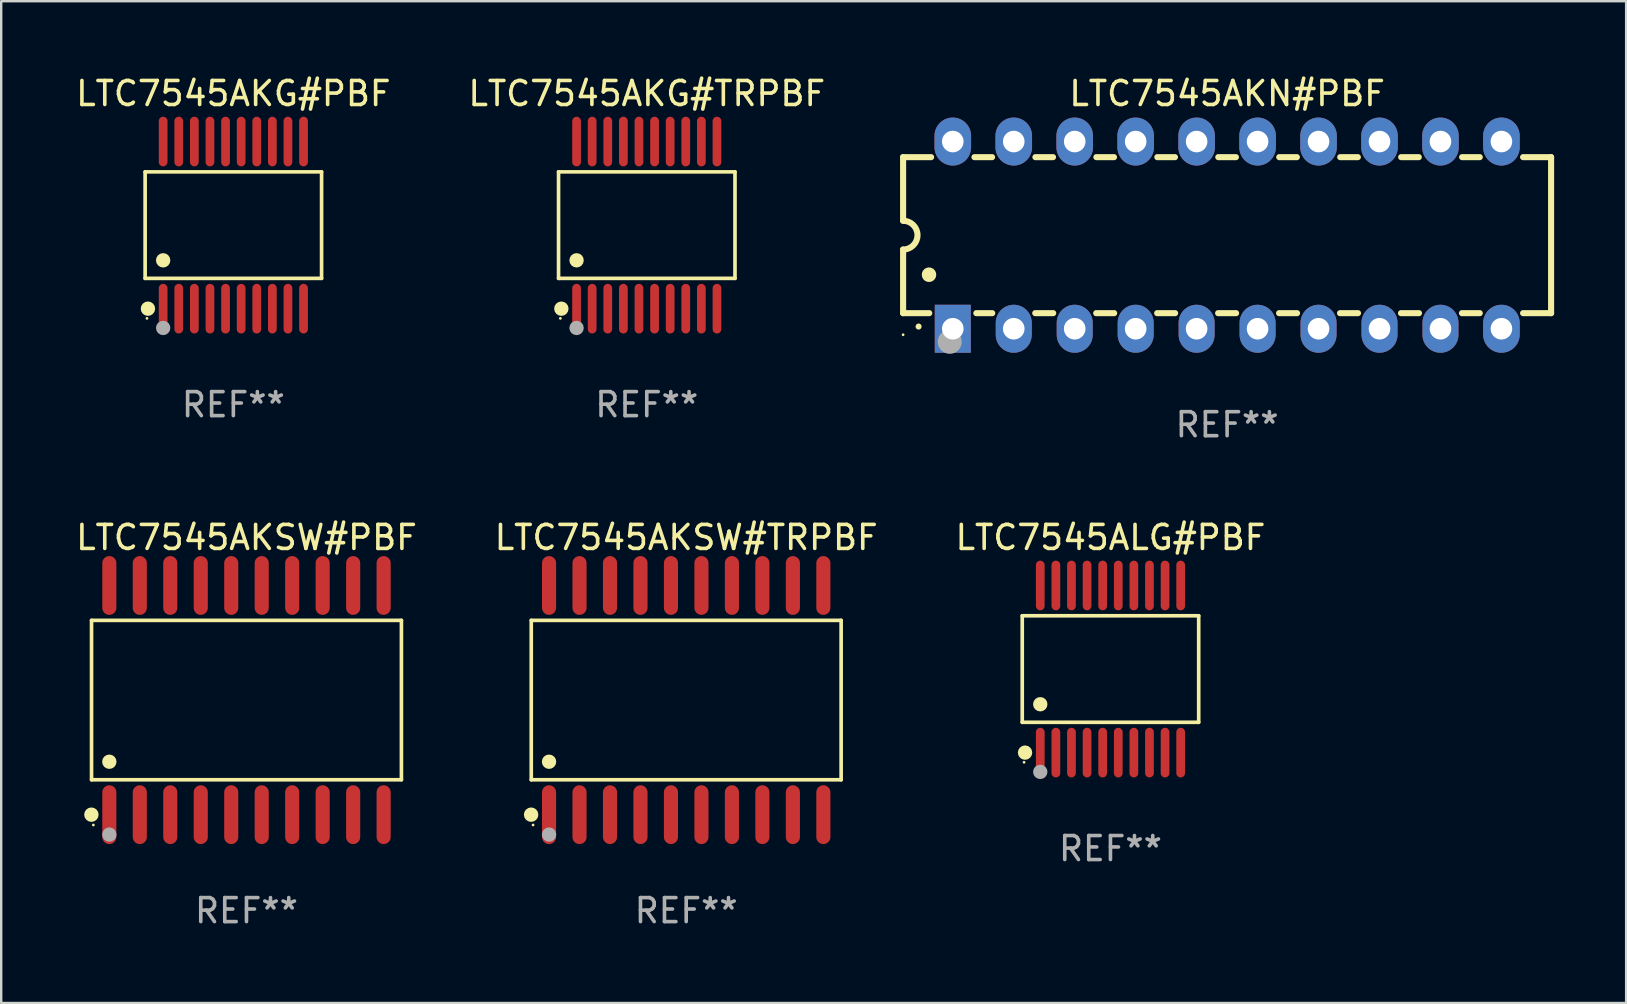
<source format=kicad_pcb>
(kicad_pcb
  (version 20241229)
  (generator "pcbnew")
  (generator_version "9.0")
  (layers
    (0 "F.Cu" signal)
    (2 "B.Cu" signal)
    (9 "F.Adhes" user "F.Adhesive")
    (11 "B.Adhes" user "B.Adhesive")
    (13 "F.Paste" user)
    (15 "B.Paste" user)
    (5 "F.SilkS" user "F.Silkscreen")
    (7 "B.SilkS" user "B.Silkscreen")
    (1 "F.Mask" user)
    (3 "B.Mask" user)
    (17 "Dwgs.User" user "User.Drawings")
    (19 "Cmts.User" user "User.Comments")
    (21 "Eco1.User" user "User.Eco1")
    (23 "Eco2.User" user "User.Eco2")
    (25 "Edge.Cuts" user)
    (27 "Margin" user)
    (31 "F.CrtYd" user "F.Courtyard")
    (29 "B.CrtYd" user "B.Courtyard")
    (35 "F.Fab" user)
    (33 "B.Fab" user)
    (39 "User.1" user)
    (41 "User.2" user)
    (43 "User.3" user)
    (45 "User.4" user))
  (footprint "LTC7545AKN#PBF"
    (layer "F.Cu")
    (at 48.08 6.748)
    (property "Reference" "LTC7545AKN#PBF" (at 0 -5.9 0) (layer "F.SilkS") (effects (font (size 1 1) (thickness 0.15))))
    (attr through_hole)
    (fp_line (start -13.5 -3.25) (end -12.333 -3.25) (stroke (width 0.254) (type solid)) (layer "F.SilkS"))
    (fp_line (start -13.5 -0.6) (end -13.5 -3.25) (stroke (width 0.254) (type solid)) (layer "F.SilkS"))
    (fp_line (start -13.5 3.25) (end -13.5 0.6) (stroke (width 0.254) (type solid)) (layer "F.SilkS"))
    (fp_line (start -13.5 3.25) (end -12.411 3.25) (stroke (width 0.254) (type solid)) (layer "F.SilkS"))
    (fp_line (start -10.527 -3.25) (end -9.793 -3.25) (stroke (width 0.254) (type solid)) (layer "F.SilkS"))
    (fp_line (start -10.449 3.25) (end -9.786 3.25) (stroke (width 0.254) (type solid)) (layer "F.SilkS"))
    (fp_line (start -7.994 3.25) (end -7.246 3.25) (stroke (width 0.254) (type solid)) (layer "F.SilkS"))
    (fp_line (start -7.987 -3.25) (end -7.253 -3.25) (stroke (width 0.254) (type solid)) (layer "F.SilkS"))
    (fp_line (start -5.454 3.25) (end -4.706 3.25) (stroke (width 0.254) (type solid)) (layer "F.SilkS"))
    (fp_line (start -5.447 -3.25) (end -4.713 -3.25) (stroke (width 0.254) (type solid)) (layer "F.SilkS"))
    (fp_line (start -2.914 3.25) (end -2.166 3.25) (stroke (width 0.254) (type solid)) (layer "F.SilkS"))
    (fp_line (start -2.907 -3.25) (end -2.173 -3.25) (stroke (width 0.254) (type solid)) (layer "F.SilkS"))
    (fp_line (start -0.374 3.25) (end 0.374 3.25) (stroke (width 0.254) (type solid)) (layer "F.SilkS"))
    (fp_line (start -0.367 -3.25) (end 0.367 -3.25) (stroke (width 0.254) (type solid)) (layer "F.SilkS"))
    (fp_line (start 2.166 3.25) (end 2.914 3.25) (stroke (width 0.254) (type solid)) (layer "F.SilkS"))
    (fp_line (start 2.173 -3.25) (end 2.907 -3.25) (stroke (width 0.254) (type solid)) (layer "F.SilkS"))
    (fp_line (start 4.706 3.25) (end 5.454 3.25) (stroke (width 0.254) (type solid)) (layer "F.SilkS"))
    (fp_line (start 4.713 -3.25) (end 5.447 -3.25) (stroke (width 0.254) (type solid)) (layer "F.SilkS"))
    (fp_line (start 7.246 3.25) (end 7.994 3.25) (stroke (width 0.254) (type solid)) (layer "F.SilkS"))
    (fp_line (start 7.253 -3.25) (end 7.987 -3.25) (stroke (width 0.254) (type solid)) (layer "F.SilkS"))
    (fp_line (start 9.786 3.25) (end 10.527 3.25) (stroke (width 0.254) (type solid)) (layer "F.SilkS"))
    (fp_line (start 9.793 -3.25) (end 10.527 -3.25) (stroke (width 0.254) (type solid)) (layer "F.SilkS"))
    (fp_line (start 12.333 -3.25) (end 13.5 -3.25) (stroke (width 0.254) (type solid)) (layer "F.SilkS"))
    (fp_line (start 12.333 3.25) (end 13.5 3.25) (stroke (width 0.254) (type solid)) (layer "F.SilkS"))
    (fp_line (start 13.5 -3.25) (end 13.5 3.25) (stroke (width 0.254) (type solid)) (layer "F.SilkS"))
    (fp_arc (start -13.500127 -0.599442) (mid -12.900406 0.000228) (end -13.500025 0.6) (stroke (width 0.254001) (type solid)) (layer "F.SilkS"))
    (fp_arc (start -12.854966 3.810008) (mid -12.854973 3.808738) (end -12.854966 3.807468) (stroke (width 0.25) (type solid)) (layer "F.SilkS"))
    (fp_arc (start -12.420625 1.651003) (mid -12.420636 1.648463) (end -12.420625 1.645923) (stroke (width 0.6) (type solid)) (layer "F.SilkS"))
    (fp_circle (center -13.5 4.15) (end -13.47 4.15) (stroke (width 0.06) (type solid)) (fill no) (layer "F.SilkS"))
    (fp_circle (center -11.557 4.445) (end -11.307 4.445) (stroke (width 0.5) (type solid)) (fill no) (layer "F.Fab"))
    (fp_text user "REF**" (at 0 7.9 0) (layer "F.Fab") (effects (font (size 1 1) (thickness 0.15))))
    (pad "1" thru_hole rect (at -11.43 3.9 90) (size 2 1.5) (drill 0.9) (layers "*.Cu" "*.Mask"))
    (pad "2" thru_hole oval (at -8.89 3.9 90) (size 2 1.5) (drill 0.9) (layers "*.Cu" "*.Mask"))
    (pad "3" thru_hole oval (at -6.35 3.9 90) (size 2 1.5) (drill 0.9) (layers "*.Cu" "*.Mask"))
    (pad "4" thru_hole oval (at -3.81 3.9 90) (size 2 1.5) (drill 0.9) (layers "*.Cu" "*.Mask"))
    (pad "5" thru_hole oval (at -1.27 3.9 90) (size 2 1.5) (drill 0.9) (layers "*.Cu" "*.Mask"))
    (pad "6" thru_hole oval (at 1.27 3.9 90) (size 2 1.5) (drill 0.9) (layers "*.Cu" "*.Mask"))
    (pad "7" thru_hole oval (at 3.81 3.9 90) (size 2 1.5) (drill 0.9) (layers "*.Cu" "*.Mask"))
    (pad "8" thru_hole oval (at 6.35 3.9 90) (size 2 1.5) (drill 0.9) (layers "*.Cu" "*.Mask"))
    (pad "9" thru_hole oval (at 8.89 3.9 90) (size 2 1.5) (drill 0.9) (layers "*.Cu" "*.Mask"))
    (pad "10" thru_hole oval (at 11.43 3.9 90) (size 2 1.524) (drill 0.9) (layers "*.Cu" "*.Mask"))
    (pad "11" thru_hole oval (at 11.43 -3.9 90) (size 2 1.524) (drill 0.9) (layers "*.Cu" "*.Mask"))
    (pad "12" thru_hole oval (at 8.89 -3.9 90) (size 2 1.524) (drill 0.9) (layers "*.Cu" "*.Mask"))
    (pad "13" thru_hole oval (at 6.35 -3.9 90) (size 2 1.524) (drill 0.9) (layers "*.Cu" "*.Mask"))
    (pad "14" thru_hole oval (at 3.81 -3.9 90) (size 2 1.524) (drill 0.9) (layers "*.Cu" "*.Mask"))
    (pad "15" thru_hole oval (at 1.27 -3.9 90) (size 2 1.524) (drill 0.9) (layers "*.Cu" "*.Mask"))
    (pad "16" thru_hole oval (at -1.27 -3.9 90) (size 2 1.524) (drill 0.9) (layers "*.Cu" "*.Mask"))
    (pad "17" thru_hole oval (at -3.81 -3.9 90) (size 2 1.524) (drill 0.9) (layers "*.Cu" "*.Mask"))
    (pad "18" thru_hole oval (at -6.35 -3.9 90) (size 2 1.524) (drill 0.9) (layers "*.Cu" "*.Mask"))
    (pad "19" thru_hole oval (at -8.89 -3.9 90) (size 2 1.524) (drill 0.9) (layers "*.Cu" "*.Mask"))
    (pad "20" thru_hole oval (at -11.43 -3.9 90) (size 2 1.524) (drill 0.9) (layers "*.Cu" "*.Mask")))
  (footprint "LTC7545ALG#PBF"
    (layer "F.Cu")
    (at 43.22 24.827)
    (property "Reference" "LTC7545ALG#PBF" (at 0 -5.482 0) (layer "F.SilkS") (effects (font (size 1 1) (thickness 0.15))))
    (attr through_hole)
    (fp_line (start -3.676 -2.219) (end 3.676 -2.219) (stroke (width 0.152) (type solid)) (layer "F.SilkS"))
    (fp_line (start -3.676 2.219) (end -3.676 -2.219) (stroke (width 0.152) (type solid)) (layer "F.SilkS"))
    (fp_line (start 3.676 -2.219) (end 3.676 2.219) (stroke (width 0.152) (type solid)) (layer "F.SilkS"))
    (fp_line (start 3.676 2.219) (end -3.676 2.219) (stroke (width 0.152) (type solid)) (layer "F.SilkS"))
    (fp_circle (center -3.6 3.885) (end -3.57 3.885) (stroke (width 0.06) (type solid)) (fill no) (layer "F.SilkS"))
    (fp_circle (center -3.559 3.482) (end -3.409 3.482) (stroke (width 0.3) (type solid)) (fill no) (layer "F.SilkS"))
    (fp_circle (center -2.925 1.467) (end -2.775 1.467) (stroke (width 0.3) (type solid)) (fill no) (layer "F.SilkS"))
    (fp_circle (center -2.925 4.285) (end -2.775 4.285) (stroke (width 0.3) (type solid)) (fill no) (layer "F.Fab"))
    (fp_text user "REF**" (at 0 7.482 0) (layer "F.Fab") (effects (font (size 1 1) (thickness 0.15))))
    (pad "1" smd oval (at -2.925 3.482) (size 0.364 2.069) (layers "F.Cu" "F.Mask" "F.Paste"))
    (pad "2" smd oval (at -2.275 3.482) (size 0.364 2.069) (layers "F.Cu" "F.Mask" "F.Paste"))
    (pad "3" smd oval (at -1.625 3.482) (size 0.364 2.069) (layers "F.Cu" "F.Mask" "F.Paste"))
    (pad "4" smd oval (at -0.975 3.482) (size 0.364 2.069) (layers "F.Cu" "F.Mask" "F.Paste"))
    (pad "5" smd oval (at -0.325 3.482) (size 0.364 2.069) (layers "F.Cu" "F.Mask" "F.Paste"))
    (pad "6" smd oval (at 0.325 3.482) (size 0.364 2.069) (layers "F.Cu" "F.Mask" "F.Paste"))
    (pad "7" smd oval (at 0.975 3.482) (size 0.364 2.069) (layers "F.Cu" "F.Mask" "F.Paste"))
    (pad "8" smd oval (at 1.625 3.482) (size 0.364 2.069) (layers "F.Cu" "F.Mask" "F.Paste"))
    (pad "9" smd oval (at 2.275 3.482) (size 0.364 2.069) (layers "F.Cu" "F.Mask" "F.Paste"))
    (pad "10" smd oval (at 2.925 3.482) (size 0.364 2.069) (layers "F.Cu" "F.Mask" "F.Paste"))
    (pad "11" smd oval (at 2.925 -3.482) (size 0.364 2.069) (layers "F.Cu" "F.Mask" "F.Paste"))
    (pad "12" smd oval (at 2.275 -3.482) (size 0.364 2.069) (layers "F.Cu" "F.Mask" "F.Paste"))
    (pad "13" smd oval (at 1.625 -3.482) (size 0.364 2.069) (layers "F.Cu" "F.Mask" "F.Paste"))
    (pad "14" smd oval (at 0.975 -3.482) (size 0.364 2.069) (layers "F.Cu" "F.Mask" "F.Paste"))
    (pad "15" smd oval (at 0.325 -3.482) (size 0.364 2.069) (layers "F.Cu" "F.Mask" "F.Paste"))
    (pad "16" smd oval (at -0.325 -3.482) (size 0.364 2.069) (layers "F.Cu" "F.Mask" "F.Paste"))
    (pad "17" smd oval (at -0.975 -3.482) (size 0.364 2.069) (layers "F.Cu" "F.Mask" "F.Paste"))
    (pad "18" smd oval (at -1.625 -3.482) (size 0.364 2.069) (layers "F.Cu" "F.Mask" "F.Paste"))
    (pad "19" smd oval (at -2.275 -3.482) (size 0.364 2.069) (layers "F.Cu" "F.Mask" "F.Paste"))
    (pad "20" smd oval (at -2.925 -3.482) (size 0.364 2.069) (layers "F.Cu" "F.Mask" "F.Paste")))
  (footprint "LTC7545AKSW#TRPBF"
    (layer "F.Cu")
    (at 25.542 26.12)
    (property "Reference" "LTC7545AKSW#TRPBF" (at 0 -6.775 0) (layer "F.SilkS") (effects (font (size 1 1) (thickness 0.15))))
    (attr through_hole)
    (fp_line (start -6.456 -3.321) (end 6.456 -3.321) (stroke (width 0.152) (type solid)) (layer "F.SilkS"))
    (fp_line (start -6.456 3.321) (end -6.456 -3.321) (stroke (width 0.152) (type solid)) (layer "F.SilkS"))
    (fp_line (start 6.456 -3.321) (end 6.456 3.321) (stroke (width 0.152) (type solid)) (layer "F.SilkS"))
    (fp_line (start 6.456 3.321) (end -6.456 3.321) (stroke (width 0.152) (type solid)) (layer "F.SilkS"))
    (fp_circle (center -6.462 4.775) (end -6.311 4.775) (stroke (width 0.3) (type solid)) (fill no) (layer "F.SilkS"))
    (fp_circle (center -6.38 5.205) (end -6.35 5.205) (stroke (width 0.06) (type solid)) (fill no) (layer "F.SilkS"))
    (fp_circle (center -5.715 2.569) (end -5.565 2.569) (stroke (width 0.3) (type solid)) (fill no) (layer "F.SilkS"))
    (fp_circle (center -5.715 5.605) (end -5.565 5.605) (stroke (width 0.3) (type solid)) (fill no) (layer "F.Fab"))
    (fp_text user "REF**" (at 0 8.775 0) (layer "F.Fab") (effects (font (size 1 1) (thickness 0.15))))
    (pad "1" smd oval (at -5.715 4.775) (size 0.588 2.45) (layers "F.Cu" "F.Mask" "F.Paste"))
    (pad "2" smd oval (at -4.445 4.775) (size 0.588 2.45) (layers "F.Cu" "F.Mask" "F.Paste"))
    (pad "3" smd oval (at -3.175 4.775) (size 0.588 2.45) (layers "F.Cu" "F.Mask" "F.Paste"))
    (pad "4" smd oval (at -1.905 4.775) (size 0.588 2.45) (layers "F.Cu" "F.Mask" "F.Paste"))
    (pad "5" smd oval (at -0.635 4.775) (size 0.588 2.45) (layers "F.Cu" "F.Mask" "F.Paste"))
    (pad "6" smd oval (at 0.635 4.775) (size 0.588 2.45) (layers "F.Cu" "F.Mask" "F.Paste"))
    (pad "7" smd oval (at 1.905 4.775) (size 0.588 2.45) (layers "F.Cu" "F.Mask" "F.Paste"))
    (pad "8" smd oval (at 3.175 4.775) (size 0.588 2.45) (layers "F.Cu" "F.Mask" "F.Paste"))
    (pad "9" smd oval (at 4.445 4.775) (size 0.588 2.45) (layers "F.Cu" "F.Mask" "F.Paste"))
    (pad "10" smd oval (at 5.715 4.775) (size 0.588 2.45) (layers "F.Cu" "F.Mask" "F.Paste"))
    (pad "11" smd oval (at 5.715 -4.775) (size 0.588 2.45) (layers "F.Cu" "F.Mask" "F.Paste"))
    (pad "12" smd oval (at 4.445 -4.775) (size 0.588 2.45) (layers "F.Cu" "F.Mask" "F.Paste"))
    (pad "13" smd oval (at 3.175 -4.775) (size 0.588 2.45) (layers "F.Cu" "F.Mask" "F.Paste"))
    (pad "14" smd oval (at 1.905 -4.775) (size 0.588 2.45) (layers "F.Cu" "F.Mask" "F.Paste"))
    (pad "15" smd oval (at 0.635 -4.775) (size 0.588 2.45) (layers "F.Cu" "F.Mask" "F.Paste"))
    (pad "16" smd oval (at -0.635 -4.775) (size 0.588 2.45) (layers "F.Cu" "F.Mask" "F.Paste"))
    (pad "17" smd oval (at -1.905 -4.775) (size 0.588 2.45) (layers "F.Cu" "F.Mask" "F.Paste"))
    (pad "18" smd oval (at -3.175 -4.775) (size 0.588 2.45) (layers "F.Cu" "F.Mask" "F.Paste"))
    (pad "19" smd oval (at -4.445 -4.775) (size 0.588 2.45) (layers "F.Cu" "F.Mask" "F.Paste"))
    (pad "20" smd oval (at -5.715 -4.775) (size 0.588 2.45) (layers "F.Cu" "F.Mask" "F.Paste")))
  (footprint "LTC7545AKG#TRPBF"
    (layer "F.Cu")
    (at 23.899 6.33)
    (property "Reference" "LTC7545AKG#TRPBF" (at 0 -5.482 0) (layer "F.SilkS") (effects (font (size 1 1) (thickness 0.15))))
    (attr through_hole)
    (fp_line (start -3.676 -2.219) (end 3.676 -2.219) (stroke (width 0.152) (type solid)) (layer "F.SilkS"))
    (fp_line (start -3.676 2.219) (end -3.676 -2.219) (stroke (width 0.152) (type solid)) (layer "F.SilkS"))
    (fp_line (start 3.676 -2.219) (end 3.676 2.219) (stroke (width 0.152) (type solid)) (layer "F.SilkS"))
    (fp_line (start 3.676 2.219) (end -3.676 2.219) (stroke (width 0.152) (type solid)) (layer "F.SilkS"))
    (fp_circle (center -3.6 3.885) (end -3.57 3.885) (stroke (width 0.06) (type solid)) (fill no) (layer "F.SilkS"))
    (fp_circle (center -3.559 3.482) (end -3.409 3.482) (stroke (width 0.3) (type solid)) (fill no) (layer "F.SilkS"))
    (fp_circle (center -2.925 1.467) (end -2.775 1.467) (stroke (width 0.3) (type solid)) (fill no) (layer "F.SilkS"))
    (fp_circle (center -2.925 4.285) (end -2.775 4.285) (stroke (width 0.3) (type solid)) (fill no) (layer "F.Fab"))
    (fp_text user "REF**" (at 0 7.482 0) (layer "F.Fab") (effects (font (size 1 1) (thickness 0.15))))
    (pad "1" smd oval (at -2.925 3.482) (size 0.364 2.069) (layers "F.Cu" "F.Mask" "F.Paste"))
    (pad "2" smd oval (at -2.275 3.482) (size 0.364 2.069) (layers "F.Cu" "F.Mask" "F.Paste"))
    (pad "3" smd oval (at -1.625 3.482) (size 0.364 2.069) (layers "F.Cu" "F.Mask" "F.Paste"))
    (pad "4" smd oval (at -0.975 3.482) (size 0.364 2.069) (layers "F.Cu" "F.Mask" "F.Paste"))
    (pad "5" smd oval (at -0.325 3.482) (size 0.364 2.069) (layers "F.Cu" "F.Mask" "F.Paste"))
    (pad "6" smd oval (at 0.325 3.482) (size 0.364 2.069) (layers "F.Cu" "F.Mask" "F.Paste"))
    (pad "7" smd oval (at 0.975 3.482) (size 0.364 2.069) (layers "F.Cu" "F.Mask" "F.Paste"))
    (pad "8" smd oval (at 1.625 3.482) (size 0.364 2.069) (layers "F.Cu" "F.Mask" "F.Paste"))
    (pad "9" smd oval (at 2.275 3.482) (size 0.364 2.069) (layers "F.Cu" "F.Mask" "F.Paste"))
    (pad "10" smd oval (at 2.925 3.482) (size 0.364 2.069) (layers "F.Cu" "F.Mask" "F.Paste"))
    (pad "11" smd oval (at 2.925 -3.482) (size 0.364 2.069) (layers "F.Cu" "F.Mask" "F.Paste"))
    (pad "12" smd oval (at 2.275 -3.482) (size 0.364 2.069) (layers "F.Cu" "F.Mask" "F.Paste"))
    (pad "13" smd oval (at 1.625 -3.482) (size 0.364 2.069) (layers "F.Cu" "F.Mask" "F.Paste"))
    (pad "14" smd oval (at 0.975 -3.482) (size 0.364 2.069) (layers "F.Cu" "F.Mask" "F.Paste"))
    (pad "15" smd oval (at 0.325 -3.482) (size 0.364 2.069) (layers "F.Cu" "F.Mask" "F.Paste"))
    (pad "16" smd oval (at -0.325 -3.482) (size 0.364 2.069) (layers "F.Cu" "F.Mask" "F.Paste"))
    (pad "17" smd oval (at -0.975 -3.482) (size 0.364 2.069) (layers "F.Cu" "F.Mask" "F.Paste"))
    (pad "18" smd oval (at -1.625 -3.482) (size 0.364 2.069) (layers "F.Cu" "F.Mask" "F.Paste"))
    (pad "19" smd oval (at -2.275 -3.482) (size 0.364 2.069) (layers "F.Cu" "F.Mask" "F.Paste"))
    (pad "20" smd oval (at -2.925 -3.482) (size 0.364 2.069) (layers "F.Cu" "F.Mask" "F.Paste")))
  (footprint "LTC7545AKSW#PBF"
    (layer "F.Cu")
    (at 7.22 26.12)
    (property "Reference" "LTC7545AKSW#PBF" (at 0 -6.775 0) (layer "F.SilkS") (effects (font (size 1 1) (thickness 0.15))))
    (attr through_hole)
    (fp_line (start -6.456 -3.321) (end 6.456 -3.321) (stroke (width 0.152) (type solid)) (layer "F.SilkS"))
    (fp_line (start -6.456 3.321) (end -6.456 -3.321) (stroke (width 0.152) (type solid)) (layer "F.SilkS"))
    (fp_line (start 6.456 -3.321) (end 6.456 3.321) (stroke (width 0.152) (type solid)) (layer "F.SilkS"))
    (fp_line (start 6.456 3.321) (end -6.456 3.321) (stroke (width 0.152) (type solid)) (layer "F.SilkS"))
    (fp_circle (center -6.462 4.775) (end -6.311 4.775) (stroke (width 0.3) (type solid)) (fill no) (layer "F.SilkS"))
    (fp_circle (center -6.38 5.205) (end -6.35 5.205) (stroke (width 0.06) (type solid)) (fill no) (layer "F.SilkS"))
    (fp_circle (center -5.715 2.569) (end -5.565 2.569) (stroke (width 0.3) (type solid)) (fill no) (layer "F.SilkS"))
    (fp_circle (center -5.715 5.605) (end -5.565 5.605) (stroke (width 0.3) (type solid)) (fill no) (layer "F.Fab"))
    (fp_text user "REF**" (at 0 8.775 0) (layer "F.Fab") (effects (font (size 1 1) (thickness 0.15))))
    (pad "1" smd oval (at -5.715 4.775) (size 0.588 2.45) (layers "F.Cu" "F.Mask" "F.Paste"))
    (pad "2" smd oval (at -4.445 4.775) (size 0.588 2.45) (layers "F.Cu" "F.Mask" "F.Paste"))
    (pad "3" smd oval (at -3.175 4.775) (size 0.588 2.45) (layers "F.Cu" "F.Mask" "F.Paste"))
    (pad "4" smd oval (at -1.905 4.775) (size 0.588 2.45) (layers "F.Cu" "F.Mask" "F.Paste"))
    (pad "5" smd oval (at -0.635 4.775) (size 0.588 2.45) (layers "F.Cu" "F.Mask" "F.Paste"))
    (pad "6" smd oval (at 0.635 4.775) (size 0.588 2.45) (layers "F.Cu" "F.Mask" "F.Paste"))
    (pad "7" smd oval (at 1.905 4.775) (size 0.588 2.45) (layers "F.Cu" "F.Mask" "F.Paste"))
    (pad "8" smd oval (at 3.175 4.775) (size 0.588 2.45) (layers "F.Cu" "F.Mask" "F.Paste"))
    (pad "9" smd oval (at 4.445 4.775) (size 0.588 2.45) (layers "F.Cu" "F.Mask" "F.Paste"))
    (pad "10" smd oval (at 5.715 4.775) (size 0.588 2.45) (layers "F.Cu" "F.Mask" "F.Paste"))
    (pad "11" smd oval (at 5.715 -4.775) (size 0.588 2.45) (layers "F.Cu" "F.Mask" "F.Paste"))
    (pad "12" smd oval (at 4.445 -4.775) (size 0.588 2.45) (layers "F.Cu" "F.Mask" "F.Paste"))
    (pad "13" smd oval (at 3.175 -4.775) (size 0.588 2.45) (layers "F.Cu" "F.Mask" "F.Paste"))
    (pad "14" smd oval (at 1.905 -4.775) (size 0.588 2.45) (layers "F.Cu" "F.Mask" "F.Paste"))
    (pad "15" smd oval (at 0.635 -4.775) (size 0.588 2.45) (layers "F.Cu" "F.Mask" "F.Paste"))
    (pad "16" smd oval (at -0.635 -4.775) (size 0.588 2.45) (layers "F.Cu" "F.Mask" "F.Paste"))
    (pad "17" smd oval (at -1.905 -4.775) (size 0.588 2.45) (layers "F.Cu" "F.Mask" "F.Paste"))
    (pad "18" smd oval (at -3.175 -4.775) (size 0.588 2.45) (layers "F.Cu" "F.Mask" "F.Paste"))
    (pad "19" smd oval (at -4.445 -4.775) (size 0.588 2.45) (layers "F.Cu" "F.Mask" "F.Paste"))
    (pad "20" smd oval (at -5.715 -4.775) (size 0.588 2.45) (layers "F.Cu" "F.Mask" "F.Paste")))
  (footprint "LTC7545AKG#PBF"
    (layer "F.Cu")
    (at 6.673 6.33)
    (property "Reference" "LTC7545AKG#PBF" (at 0 -5.482 0) (layer "F.SilkS") (effects (font (size 1 1) (thickness 0.15))))
    (attr through_hole)
    (fp_line (start -3.676 -2.219) (end 3.676 -2.219) (stroke (width 0.152) (type solid)) (layer "F.SilkS"))
    (fp_line (start -3.676 2.219) (end -3.676 -2.219) (stroke (width 0.152) (type solid)) (layer "F.SilkS"))
    (fp_line (start 3.676 -2.219) (end 3.676 2.219) (stroke (width 0.152) (type solid)) (layer "F.SilkS"))
    (fp_line (start 3.676 2.219) (end -3.676 2.219) (stroke (width 0.152) (type solid)) (layer "F.SilkS"))
    (fp_circle (center -3.6 3.885) (end -3.57 3.885) (stroke (width 0.06) (type solid)) (fill no) (layer "F.SilkS"))
    (fp_circle (center -3.559 3.482) (end -3.409 3.482) (stroke (width 0.3) (type solid)) (fill no) (layer "F.SilkS"))
    (fp_circle (center -2.925 1.467) (end -2.775 1.467) (stroke (width 0.3) (type solid)) (fill no) (layer "F.SilkS"))
    (fp_circle (center -2.925 4.285) (end -2.775 4.285) (stroke (width 0.3) (type solid)) (fill no) (layer "F.Fab"))
    (fp_text user "REF**" (at 0 7.482 0) (layer "F.Fab") (effects (font (size 1 1) (thickness 0.15))))
    (pad "1" smd oval (at -2.925 3.482) (size 0.364 2.069) (layers "F.Cu" "F.Mask" "F.Paste"))
    (pad "2" smd oval (at -2.275 3.482) (size 0.364 2.069) (layers "F.Cu" "F.Mask" "F.Paste"))
    (pad "3" smd oval (at -1.625 3.482) (size 0.364 2.069) (layers "F.Cu" "F.Mask" "F.Paste"))
    (pad "4" smd oval (at -0.975 3.482) (size 0.364 2.069) (layers "F.Cu" "F.Mask" "F.Paste"))
    (pad "5" smd oval (at -0.325 3.482) (size 0.364 2.069) (layers "F.Cu" "F.Mask" "F.Paste"))
    (pad "6" smd oval (at 0.325 3.482) (size 0.364 2.069) (layers "F.Cu" "F.Mask" "F.Paste"))
    (pad "7" smd oval (at 0.975 3.482) (size 0.364 2.069) (layers "F.Cu" "F.Mask" "F.Paste"))
    (pad "8" smd oval (at 1.625 3.482) (size 0.364 2.069) (layers "F.Cu" "F.Mask" "F.Paste"))
    (pad "9" smd oval (at 2.275 3.482) (size 0.364 2.069) (layers "F.Cu" "F.Mask" "F.Paste"))
    (pad "10" smd oval (at 2.925 3.482) (size 0.364 2.069) (layers "F.Cu" "F.Mask" "F.Paste"))
    (pad "11" smd oval (at 2.925 -3.482) (size 0.364 2.069) (layers "F.Cu" "F.Mask" "F.Paste"))
    (pad "12" smd oval (at 2.275 -3.482) (size 0.364 2.069) (layers "F.Cu" "F.Mask" "F.Paste"))
    (pad "13" smd oval (at 1.625 -3.482) (size 0.364 2.069) (layers "F.Cu" "F.Mask" "F.Paste"))
    (pad "14" smd oval (at 0.975 -3.482) (size 0.364 2.069) (layers "F.Cu" "F.Mask" "F.Paste"))
    (pad "15" smd oval (at 0.325 -3.482) (size 0.364 2.069) (layers "F.Cu" "F.Mask" "F.Paste"))
    (pad "16" smd oval (at -0.325 -3.482) (size 0.364 2.069) (layers "F.Cu" "F.Mask" "F.Paste"))
    (pad "17" smd oval (at -0.975 -3.482) (size 0.364 2.069) (layers "F.Cu" "F.Mask" "F.Paste"))
    (pad "18" smd oval (at -1.625 -3.482) (size 0.364 2.069) (layers "F.Cu" "F.Mask" "F.Paste"))
    (pad "19" smd oval (at -2.275 -3.482) (size 0.364 2.069) (layers "F.Cu" "F.Mask" "F.Paste"))
    (pad "20" smd oval (at -2.925 -3.482) (size 0.364 2.069) (layers "F.Cu" "F.Mask" "F.Paste")))
  (gr_rect
    (start -3 -3)
    (end 64.707 38.743)
    (stroke (width 0.1) (type default))
    (fill no)
    (layer "Edge.Cuts")))
</source>
